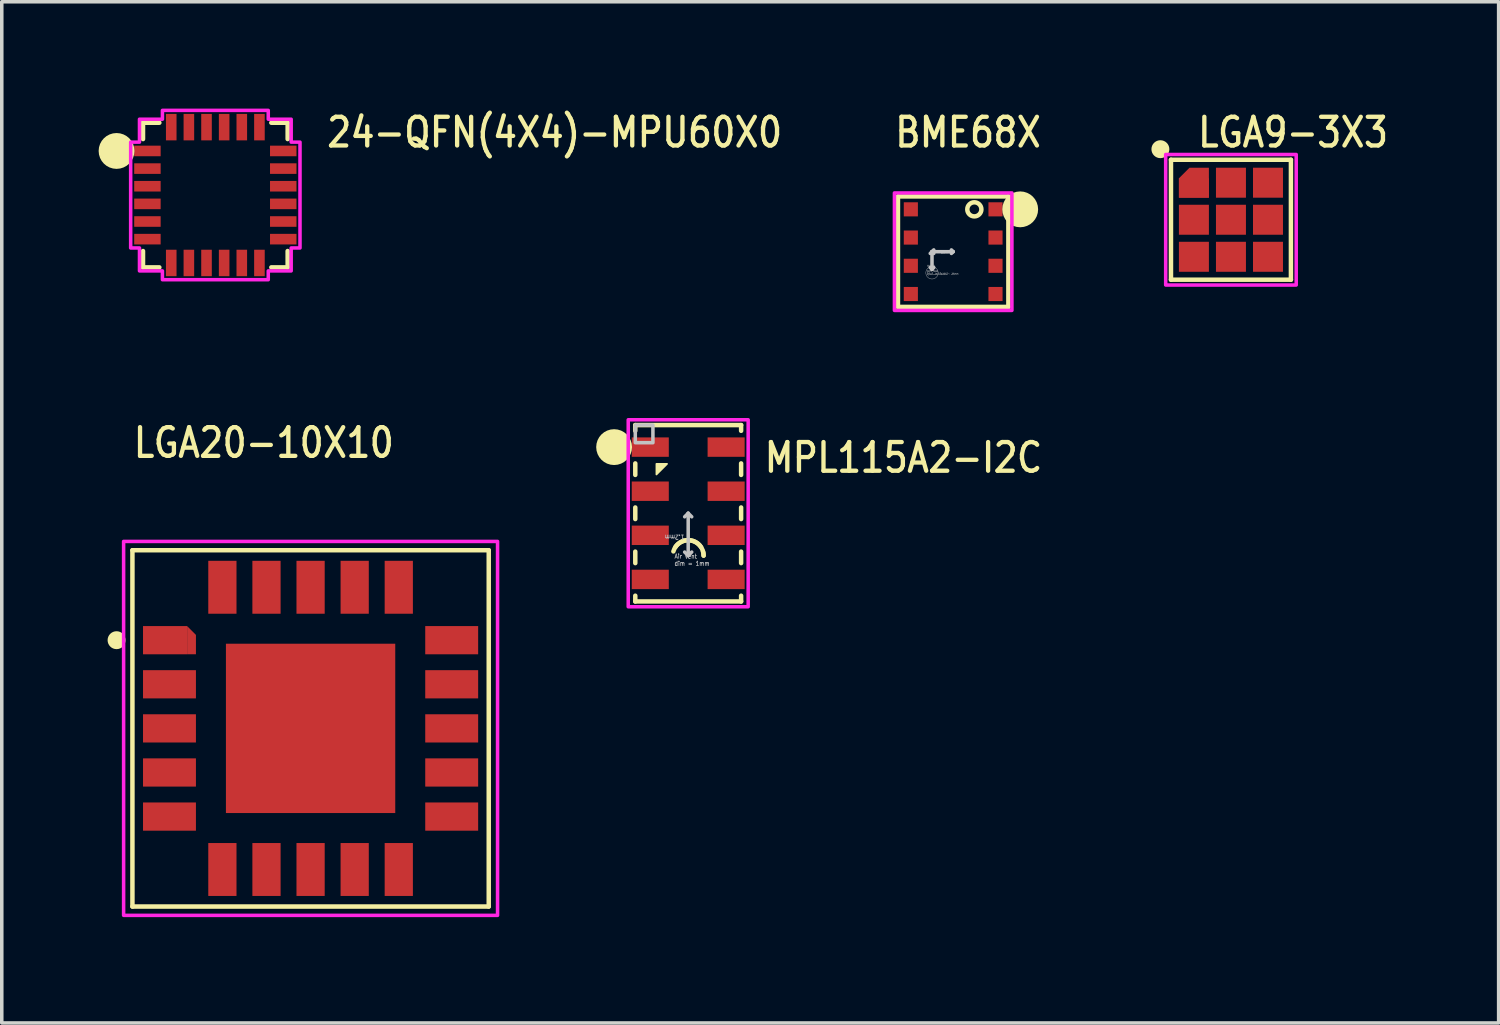
<source format=kicad_pcb>
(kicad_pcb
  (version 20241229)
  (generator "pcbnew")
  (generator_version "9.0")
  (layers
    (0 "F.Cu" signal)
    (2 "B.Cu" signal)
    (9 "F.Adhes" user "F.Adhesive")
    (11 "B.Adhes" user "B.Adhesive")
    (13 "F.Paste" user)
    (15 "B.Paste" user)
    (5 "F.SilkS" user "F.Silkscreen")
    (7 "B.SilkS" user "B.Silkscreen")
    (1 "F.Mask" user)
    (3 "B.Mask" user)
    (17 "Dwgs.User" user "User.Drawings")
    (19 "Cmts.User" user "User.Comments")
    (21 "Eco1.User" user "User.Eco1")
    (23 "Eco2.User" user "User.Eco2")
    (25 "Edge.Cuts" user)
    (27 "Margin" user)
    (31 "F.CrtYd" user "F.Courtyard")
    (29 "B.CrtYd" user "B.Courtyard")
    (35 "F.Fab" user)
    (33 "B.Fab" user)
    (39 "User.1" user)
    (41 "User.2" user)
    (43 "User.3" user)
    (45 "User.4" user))
  (footprint "BME68X"
    (layer "F.Cu")
    (at 23.969 4.084)
    (property "Reference" "BME68X" (at -1.71 -2.905 0) (unlocked yes) (layer "F.SilkS") (effects (font (size 0.813 0.695) (thickness 0.122)) (justify left bottom)))
    (fp_line (start -1.565 -1.565) (end 1.565 -1.565) (stroke (width 0.127) (type solid)) (layer "F.SilkS"))
    (fp_line (start -1.565 1.565) (end -1.565 -1.565) (stroke (width 0.127) (type solid)) (layer "F.SilkS"))
    (fp_line (start 1.565 -1.565) (end 1.565 1.565) (stroke (width 0.127) (type solid)) (layer "F.SilkS"))
    (fp_line (start 1.565 1.565) (end -1.565 1.565) (stroke (width 0.127) (type solid)) (layer "F.SilkS"))
    (fp_circle (center 0.6 -1.2) (end 0.8 -1.2) (stroke (width 0.127) (type solid)) (fill no) (layer "F.SilkS"))
    (fp_circle (center 1.9 -1.2) (end 1.9 -1.2) (stroke (width 0.508) (type solid)) (fill no) (layer "F.SilkS"))
    (fp_line (start -0.6 0) (end -0.65 0.05) (stroke (width 0.1) (type solid)) (layer "Dwgs.User"))
    (fp_line (start -0.6 0) (end -0.6 0.5) (stroke (width 0.1) (type solid)) (layer "Dwgs.User"))
    (fp_line (start -0.6 0) (end -0.55 -0.05) (stroke (width 0.1) (type solid)) (layer "Dwgs.User"))
    (fp_line (start -0.6 0) (end -0.55 0.05) (stroke (width 0.1) (type solid)) (layer "Dwgs.User"))
    (fp_line (start -0.6 0.5) (end -0.65 0.45) (stroke (width 0.1) (type solid)) (layer "Dwgs.User"))
    (fp_line (start -0.6 0.5) (end -0.55 0.45) (stroke (width 0.1) (type solid)) (layer "Dwgs.User"))
    (fp_line (start 0 0) (end -0.6 0) (stroke (width 0.1) (type solid)) (layer "Dwgs.User"))
    (fp_line (start 0 0) (end -0.05 -0.05) (stroke (width 0.1) (type solid)) (layer "Dwgs.User"))
    (fp_line (start 0 0) (end -0.05 0.05) (stroke (width 0.1) (type solid)) (layer "Dwgs.User"))
    (fp_circle (center -0.6 0.6) (end -0.425 0.6) (stroke (width 0.01) (type solid)) (fill no) (layer "Dwgs.User"))
    (fp_poly (pts (xy -1.665 -1.665) (xy 1.665 -1.665) (xy 1.665 1.665) (xy -1.665 1.665)) (stroke (width 0.1) (type solid)) (fill no) (layer "F.CrtYd"))
    (fp_text user "0.6mm" (at -0.52 0.37 180) (unlocked yes) (layer "Dwgs.User") (effects (font (size 0.05 0.043) (thickness 0.007)) (justify left bottom)))
    (fp_text user "0.6mm" (at -0.35 0.06 0) (unlocked yes) (layer "Dwgs.User") (effects (font (size 0.05 0.043) (thickness 0.007)) (justify left bottom)))
    (fp_text user "Vent Hole\nÃƒÂ¢Ã…â€™Ã¢â€šÂ¬ .35mm" (at -0.75 0.66 0) (unlocked yes) (layer "Dwgs.User") (effects (font (size 0.05 0.043) (thickness 0.007)) (justify left bottom)))
    (pad "1" smd rect (at 1.2 -1.2) (size 0.4 0.4) (layers "F.Cu" "F.Mask" "F.Paste"))
    (pad "2" smd rect (at 1.2 -0.4) (size 0.4 0.4) (layers "F.Cu" "F.Mask" "F.Paste"))
    (pad "3" smd rect (at 1.2 0.4) (size 0.4 0.4) (layers "F.Cu" "F.Mask" "F.Paste"))
    (pad "4" smd rect (at 1.2 1.2) (size 0.4 0.4) (layers "F.Cu" "F.Mask" "F.Paste"))
    (pad "5" smd rect (at -1.2 1.2) (size 0.4 0.4) (layers "F.Cu" "F.Mask" "F.Paste"))
    (pad "6" smd rect (at -1.2 0.4) (size 0.4 0.4) (layers "F.Cu" "F.Mask" "F.Paste"))
    (pad "7" smd rect (at -1.2 -0.4) (size 0.4 0.4) (layers "F.Cu" "F.Mask" "F.Paste"))
    (pad "8" smd rect (at -1.2 -1.2) (size 0.4 0.4) (layers "F.Cu" "F.Mask" "F.Paste")))
  (footprint "LGA20-10X10"
    (layer "F.Cu")
    (at 5.754 17.597)
    (property "Reference" "LGA20-10X10" (at -5.08 -7.62 0) (unlocked yes) (layer "F.SilkS") (effects (font (size 0.813 0.695) (thickness 0.122)) (justify left bottom)))
    (fp_poly (pts (xy -3.5 -2.9) (xy -3.25 -2.65) (xy -3.25 -2.1) (xy -3.5 -2.1)) (stroke (width 0) (type solid)) (fill yes) (layer "F.Cu"))
    (fp_poly (pts (xy -4.8 -3) (xy -3.45 -3) (xy -3.15 -2.7) (xy -3.15 -2) (xy -4.85 -2) (xy -4.85 -3)) (stroke (width 0) (type solid)) (fill yes) (layer "F.Mask"))
    (fp_line (start -5.05 -5.05) (end -5.05 5.05) (stroke (width 0.127) (type solid)) (layer "F.SilkS"))
    (fp_line (start -5.05 5.05) (end 5.05 5.05) (stroke (width 0.127) (type solid)) (layer "F.SilkS"))
    (fp_line (start 5.05 -5.05) (end -5.05 -5.05) (stroke (width 0.127) (type solid)) (layer "F.SilkS"))
    (fp_line (start 5.05 5.05) (end 5.05 -5.05) (stroke (width 0.127) (type solid)) (layer "F.SilkS"))
    (fp_circle (center -5.5 -2.5) (end -5.246 -2.5) (stroke (width 0) (type solid)) (fill yes) (layer "F.SilkS"))
    (fp_poly (pts (xy -2.15 -2.15) (xy -0.35 -2.15) (xy -0.35 -0.35) (xy -2.15 -0.35)) (stroke (width 0) (type solid)) (fill yes) (layer "F.Paste"))
    (fp_poly (pts (xy -2.15 0.35) (xy -0.35 0.35) (xy -0.35 2.15) (xy -2.15 2.15)) (stroke (width 0) (type solid)) (fill yes) (layer "F.Paste"))
    (fp_poly (pts (xy 0.35 -2.15) (xy 2.15 -2.15) (xy 2.15 -0.35) (xy 0.35 -0.35)) (stroke (width 0) (type solid)) (fill yes) (layer "F.Paste"))
    (fp_poly (pts (xy 0.35 0.35) (xy 2.15 0.35) (xy 2.15 2.15) (xy 0.35 2.15)) (stroke (width 0) (type solid)) (fill yes) (layer "F.Paste"))
    (fp_poly (pts (xy -4.75 -2.9) (xy -3.5 -2.9) (xy -3.25 -2.65) (xy -3.25 -2.1) (xy -4.75 -2.1)) (stroke (width 0) (type solid)) (fill yes) (layer "F.Paste"))
    (fp_poly (pts (xy -5.3 -5.3) (xy -5.3 5.3) (xy 5.3 5.3) (xy 5.3 -5.3)) (stroke (width 0.1) (type solid)) (fill no) (layer "F.CrtYd"))
    (pad "1" smd rect (at -4.125 -2.5) (size 1.25 0.8) (layers "F.Cu"))
    (pad "2" smd rect (at -4 -1.25) (size 1.5 0.8) (layers "F.Cu" "F.Mask" "F.Paste"))
    (pad "3" smd rect (at -4 0) (size 1.5 0.8) (layers "F.Cu" "F.Mask" "F.Paste"))
    (pad "4" smd rect (at -4 1.25) (size 1.5 0.8) (layers "F.Cu" "F.Mask" "F.Paste"))
    (pad "5" smd rect (at -4 2.5) (size 1.5 0.8) (layers "F.Cu" "F.Mask" "F.Paste"))
    (pad "6" smd rect (at -2.5 4) (size 0.8 1.5) (layers "F.Cu" "F.Mask" "F.Paste"))
    (pad "7" smd rect (at -1.25 4) (size 0.8 1.5) (layers "F.Cu" "F.Mask" "F.Paste"))
    (pad "8" smd rect (at 0 4) (size 0.8 1.5) (layers "F.Cu" "F.Mask" "F.Paste"))
    (pad "9" smd rect (at 1.25 4) (size 0.8 1.5) (layers "F.Cu" "F.Mask" "F.Paste"))
    (pad "10" smd rect (at 2.5 4) (size 0.8 1.5) (layers "F.Cu" "F.Mask" "F.Paste"))
    (pad "11" smd rect (at 4 2.5) (size 1.5 0.8) (layers "F.Cu" "F.Mask" "F.Paste"))
    (pad "12" smd rect (at 4 1.25) (size 1.5 0.8) (layers "F.Cu" "F.Mask" "F.Paste"))
    (pad "13" smd rect (at 4 0) (size 1.5 0.8) (layers "F.Cu" "F.Mask" "F.Paste"))
    (pad "14" smd rect (at 4 -1.25) (size 1.5 0.8) (layers "F.Cu" "F.Mask" "F.Paste"))
    (pad "15" smd rect (at 4 -2.5) (size 1.5 0.8) (layers "F.Cu" "F.Mask" "F.Paste"))
    (pad "16" smd rect (at 2.5 -4) (size 0.8 1.5) (layers "F.Cu" "F.Mask" "F.Paste"))
    (pad "17" smd rect (at 1.25 -4) (size 0.8 1.5) (layers "F.Cu" "F.Mask" "F.Paste"))
    (pad "18" smd rect (at 0 -4) (size 0.8 1.5) (layers "F.Cu" "F.Mask" "F.Paste"))
    (pad "19" smd rect (at -1.25 -4) (size 0.8 1.5) (layers "F.Cu" "F.Mask" "F.Paste"))
    (pad "20" smd rect (at -2.5 -4) (size 0.8 1.5) (layers "F.Cu" "F.Mask" "F.Paste"))
    (pad "21" smd rect (at 0 0) (size 4.8 4.8) (layers "F.Cu" "F.Mask")))
  (footprint "MPL115A2-I2C"
    (layer "F.Cu")
    (at 16.458 11.499)
    (property "Reference" "MPL115A2-I2C" (at 2.1 -1.1 0) (unlocked yes) (layer "F.SilkS") (effects (font (size 0.813 0.695) (thickness 0.122)) (justify left bottom)))
    (fp_line (start -1.5 -2.5) (end -1.5 -2.337) (stroke (width 0.127) (type solid)) (layer "F.SilkS"))
    (fp_line (start -1.5 -2.5) (end 1.5 -2.5) (stroke (width 0.127) (type solid)) (layer "F.SilkS"))
    (fp_line (start -1.5 -1.087) (end -1.5 -1.413) (stroke (width 0.127) (type solid)) (layer "F.SilkS"))
    (fp_line (start -1.5 -0.164) (end -1.5 0.164) (stroke (width 0.127) (type solid)) (layer "F.SilkS"))
    (fp_line (start -1.5 1.087) (end -1.5 1.413) (stroke (width 0.127) (type solid)) (layer "F.SilkS"))
    (fp_line (start -1.5 2.337) (end -1.5 2.5) (stroke (width 0.127) (type solid)) (layer "F.SilkS"))
    (fp_line (start -1.5 2.5) (end 1.5 2.5) (stroke (width 0.127) (type solid)) (layer "F.SilkS"))
    (fp_line (start 1.5 -2.5) (end 1.5 -2.337) (stroke (width 0.127) (type solid)) (layer "F.SilkS"))
    (fp_line (start 1.5 -1.087) (end 1.5 -1.413) (stroke (width 0.127) (type solid)) (layer "F.SilkS"))
    (fp_line (start 1.5 -0.164) (end 1.5 0.164) (stroke (width 0.127) (type solid)) (layer "F.SilkS"))
    (fp_line (start 1.5 1.087) (end 1.5 1.413) (stroke (width 0.127) (type solid)) (layer "F.SilkS"))
    (fp_line (start 1.5 2.337) (end 1.5 2.5) (stroke (width 0.127) (type solid)) (layer "F.SilkS"))
    (fp_arc (start -0.42 1.081125) (mid 0.060008 0.767645) (end 0.4365 1.2) (stroke (width 0.127) (type solid)) (layer "F.SilkS"))
    (fp_arc (start -0.363363 0.958134) (mid 0.000121 0.763501) (end 0.363497 0.958334) (stroke (width 0.127) (type solid)) (layer "F.SilkS"))
    (fp_arc (start 0.419972 1.081016) (mid 0.432349 1.139937) (end 0.4365 1.2) (stroke (width 0.127) (type solid)) (layer "F.SilkS"))
    (fp_circle (center -2.1 -1.875) (end -2.1 -1.875) (stroke (width 0.508) (type solid)) (fill no) (layer "F.SilkS"))
    (fp_poly (pts (xy -0.6 -1.4) (xy -0.9 -1.4) (xy -0.9 -1.1)) (stroke (width 0.05) (type solid)) (fill yes) (layer "F.SilkS"))
    (fp_line (start 0 0) (end -0.1 0.1) (stroke (width 0.1) (type solid)) (layer "Dwgs.User"))
    (fp_line (start 0 0) (end 0 1.2) (stroke (width 0.1) (type solid)) (layer "Dwgs.User"))
    (fp_line (start 0 0) (end 0.1 0.1) (stroke (width 0.1) (type solid)) (layer "Dwgs.User"))
    (fp_line (start 0 1.2) (end -0.1 1.1) (stroke (width 0.1) (type solid)) (layer "Dwgs.User"))
    (fp_line (start 0 1.2) (end 0.1 1.1) (stroke (width 0.1) (type solid)) (layer "Dwgs.User"))
    (fp_poly (pts (xy -1.5 -2.5) (xy -1 -2.5) (xy -1 -2) (xy -1.5 -2)) (stroke (width 0.1) (type solid)) (fill no) (layer "Dwgs.User"))
    (fp_poly (pts (xy -1.7 -2.65) (xy 1.7 -2.65) (xy 1.7 2.65) (xy -1.7 2.65)) (stroke (width 0.1) (type solid)) (fill no) (layer "F.CrtYd"))
    (fp_text user "Air vent \ndim = 1mm" (at -0.4 1.5 0) (unlocked yes) (layer "Dwgs.User") (effects (font (size 0.127 0.109) (thickness 0.019)) (justify left bottom)))
    (fp_text user "1.2mm" (at -0.1 0.6 180) (unlocked yes) (layer "Dwgs.User") (effects (font (size 0.127 0.109) (thickness 0.019)) (justify left bottom)))
    (pad "1" smd rect (at -1.075 -1.875) (size 1.05 0.55) (layers "F.Cu" "F.Mask" "F.Paste"))
    (pad "2" smd rect (at -1.075 -0.625) (size 1.05 0.55) (layers "F.Cu" "F.Mask" "F.Paste"))
    (pad "3" smd rect (at -1.075 0.625) (size 1.05 0.55) (layers "F.Cu" "F.Mask" "F.Paste"))
    (pad "4" smd rect (at -1.075 1.875) (size 1.05 0.55) (layers "F.Cu" "F.Mask" "F.Paste"))
    (pad "5" smd rect (at 1.075 1.875) (size 1.05 0.55) (layers "F.Cu" "F.Mask" "F.Paste"))
    (pad "6" smd rect (at 1.075 0.625) (size 1.05 0.55) (layers "F.Cu" "F.Mask" "F.Paste"))
    (pad "7" smd rect (at 1.075 -0.625) (size 1.05 0.55) (layers "F.Cu" "F.Mask" "F.Paste"))
    (pad "8" smd rect (at 1.075 -1.875) (size 1.05 0.55) (layers "F.Cu" "F.Mask" "F.Paste")))
  (footprint "LGA9-3X3"
    (layer "F.Cu")
    (at 31.843 3.179)
    (property "Reference" "LGA9-3X3" (at -1 -2 0) (unlocked yes) (layer "F.SilkS") (effects (font (size 0.813 0.695) (thickness 0.122)) (justify left bottom)))
    (fp_poly (pts (xy -1.475 -1.175) (xy -1.175 -1.475) (xy -0.625 -1.475) (xy -0.625 -0.625) (xy -1.475 -0.625)) (stroke (width 0) (type solid)) (fill yes) (layer "F.Cu"))
    (fp_poly (pts (xy -1.575 -1.275) (xy -0.525 -1.275) (xy -0.525 -1.575) (xy -1.275 -1.575)) (stroke (width 0) (type solid)) (fill yes) (layer "F.Mask"))
    (fp_line (start -1.7 -1.7) (end -1.7 1.7) (stroke (width 0.127) (type solid)) (layer "F.SilkS"))
    (fp_line (start -1.7 1.7) (end 1.7 1.7) (stroke (width 0.127) (type solid)) (layer "F.SilkS"))
    (fp_line (start 1.7 -1.7) (end -1.7 -1.7) (stroke (width 0.127) (type solid)) (layer "F.SilkS"))
    (fp_line (start 1.7 1.7) (end 1.7 -1.7) (stroke (width 0.127) (type solid)) (layer "F.SilkS"))
    (fp_circle (center -2 -2) (end -1.746 -2) (stroke (width 0) (type solid)) (fill yes) (layer "F.SilkS"))
    (fp_poly (pts (xy -1.475 -1.175) (xy -0.625 -1.175) (xy -0.625 -1.475) (xy -1.175 -1.475)) (stroke (width 0) (type solid)) (fill yes) (layer "F.Paste"))
    (fp_poly (pts (xy -1.85 -1.85) (xy 1.85 -1.85) (xy 1.85 1.85) (xy -1.85 1.85)) (stroke (width 0.1) (type solid)) (fill no) (layer "F.CrtYd"))
    (pad "1" smd rect (at -1.05 -0.9) (size 0.85 0.55) (layers "F.Cu" "F.Mask" "F.Paste"))
    (pad "2" smd rect (at -1.05 0) (size 0.85 0.85) (layers "F.Cu" "F.Mask" "F.Paste"))
    (pad "3" smd rect (at -1.05 1.05) (size 0.85 0.85) (layers "F.Cu" "F.Mask" "F.Paste"))
    (pad "4" smd rect (at 0 1.05) (size 0.85 0.85) (layers "F.Cu" "F.Mask" "F.Paste"))
    (pad "5" smd rect (at 1.05 1.05) (size 0.85 0.85) (layers "F.Cu" "F.Mask" "F.Paste"))
    (pad "6" smd rect (at 1.05 0) (size 0.85 0.85) (layers "F.Cu" "F.Mask" "F.Paste"))
    (pad "7" smd rect (at 1.05 -1.05) (size 0.85 0.85) (layers "F.Cu" "F.Mask" "F.Paste"))
    (pad "8" smd rect (at 0 -1.05) (size 0.85 0.85) (layers "F.Cu" "F.Mask" "F.Paste"))
    (pad "9" smd rect (at 0 0) (size 0.85 0.85) (layers "F.Cu" "F.Mask" "F.Paste")))
  (footprint "24-QFN(4X4)-MPU60X0"
    (layer "F.Cu")
    (at 3.054 2.479)
    (property "Reference" "24-QFN(4X4)-MPU60X0" (at 3.1 -1.3 0) (unlocked yes) (layer "F.SilkS") (effects (font (size 0.813 0.695) (thickness 0.122)) (justify left bottom)))
    (fp_poly (pts (xy -1.45 -1.5) (xy 1.45 -1.5) (xy 1.45 1.5) (xy -1.45 1.5)) (stroke (width 0) (type solid)) (fill yes) (layer "F.Mask"))
    (fp_line (start -2.05 -2.05) (end -2.05 -1.587) (stroke (width 0.127) (type solid)) (layer "F.SilkS"))
    (fp_line (start -2.05 1.587) (end -2.05 2.05) (stroke (width 0.127) (type solid)) (layer "F.SilkS"))
    (fp_line (start -2.05 2.05) (end -1.587 2.05) (stroke (width 0.127) (type solid)) (layer "F.SilkS"))
    (fp_line (start -1.587 -2.05) (end -2.05 -2.05) (stroke (width 0.127) (type solid)) (layer "F.SilkS"))
    (fp_line (start 1.587 2.05) (end 2.05 2.05) (stroke (width 0.127) (type solid)) (layer "F.SilkS"))
    (fp_line (start 2.05 -2.05) (end 1.587 -2.05) (stroke (width 0.127) (type solid)) (layer "F.SilkS"))
    (fp_line (start 2.05 -1.587) (end 2.05 -2.05) (stroke (width 0.127) (type solid)) (layer "F.SilkS"))
    (fp_line (start 2.05 2.05) (end 2.05 1.587) (stroke (width 0.127) (type solid)) (layer "F.SilkS"))
    (fp_circle (center -2.8 -1.25) (end -2.8 -1.25) (stroke (width 0.508) (type solid)) (fill no) (layer "F.SilkS"))
    (fp_poly (pts (xy -2.4 -1.5) (xy -2.15 -1.5) (xy -2.15 -2.15) (xy -1.5 -2.15) (xy -1.5 -2.4) (xy 1.5 -2.4) (xy 1.5 -2.15) (xy 2.15 -2.15) (xy 2.15 -1.5) (xy 2.4 -1.5) (xy 2.4 1.5) (xy 2.15 1.5) (xy 2.15 2.15) (xy 1.5 2.15) (xy 1.5 2.4) (xy -1.5 2.4) (xy -1.5 2.15) (xy -2.15 2.15) (xy -2.15 1.5) (xy -2.4 1.5)) (stroke (width 0.1) (type solid)) (fill no) (layer "F.CrtYd"))
    (pad "1" smd rect (at -1.925 -1.25) (size 0.75 0.3) (layers "F.Cu" "F.Mask" "F.Paste"))
    (pad "2" smd rect (at -1.925 -0.75) (size 0.75 0.3) (layers "F.Cu" "F.Mask" "F.Paste"))
    (pad "3" smd rect (at -1.925 -0.25) (size 0.75 0.3) (layers "F.Cu" "F.Mask" "F.Paste"))
    (pad "4" smd rect (at -1.925 0.25) (size 0.75 0.3) (layers "F.Cu" "F.Mask" "F.Paste"))
    (pad "5" smd rect (at -1.925 0.75) (size 0.75 0.3) (layers "F.Cu" "F.Mask" "F.Paste"))
    (pad "6" smd rect (at -1.925 1.25) (size 0.75 0.3) (layers "F.Cu" "F.Mask" "F.Paste"))
    (pad "7" smd rect (at -1.25 1.925) (size 0.3 0.75) (layers "F.Cu" "F.Mask" "F.Paste"))
    (pad "8" smd rect (at -0.75 1.925) (size 0.3 0.75) (layers "F.Cu" "F.Mask" "F.Paste"))
    (pad "9" smd rect (at -0.25 1.925) (size 0.3 0.75) (layers "F.Cu" "F.Mask" "F.Paste"))
    (pad "10" smd rect (at 0.25 1.925) (size 0.3 0.75) (layers "F.Cu" "F.Mask" "F.Paste"))
    (pad "11" smd rect (at 0.75 1.925) (size 0.3 0.75) (layers "F.Cu" "F.Mask" "F.Paste"))
    (pad "12" smd rect (at 1.25 1.925) (size 0.3 0.75) (layers "F.Cu" "F.Mask" "F.Paste"))
    (pad "13" smd rect (at 1.925 1.25) (size 0.75 0.3) (layers "F.Cu" "F.Mask" "F.Paste"))
    (pad "14" smd rect (at 1.925 0.75) (size 0.75 0.3) (layers "F.Cu" "F.Mask" "F.Paste"))
    (pad "15" smd rect (at 1.925 0.25) (size 0.75 0.3) (layers "F.Cu" "F.Mask" "F.Paste"))
    (pad "16" smd rect (at 1.925 -0.25) (size 0.75 0.3) (layers "F.Cu" "F.Mask" "F.Paste"))
    (pad "17" smd rect (at 1.925 -0.75) (size 0.75 0.3) (layers "F.Cu" "F.Mask" "F.Paste"))
    (pad "18" smd rect (at 1.925 -1.25) (size 0.75 0.3) (layers "F.Cu" "F.Mask" "F.Paste"))
    (pad "19" smd rect (at 1.25 -1.925) (size 0.3 0.75) (layers "F.Cu" "F.Mask" "F.Paste"))
    (pad "20" smd rect (at 0.75 -1.925) (size 0.3 0.75) (layers "F.Cu" "F.Mask" "F.Paste"))
    (pad "21" smd rect (at 0.25 -1.925) (size 0.3 0.75) (layers "F.Cu" "F.Mask" "F.Paste"))
    (pad "22" smd rect (at -0.25 -1.925) (size 0.3 0.75) (layers "F.Cu" "F.Mask" "F.Paste"))
    (pad "23" smd rect (at -0.75 -1.925) (size 0.3 0.75) (layers "F.Cu" "F.Mask" "F.Paste"))
    (pad "24" smd rect (at -1.25 -1.925) (size 0.3 0.75) (layers "F.Cu" "F.Mask" "F.Paste")))
  (gr_rect
    (start -3 -3)
    (end 39.431 25.947)
    (stroke (width 0.1) (type default))
    (fill no)
    (layer "Edge.Cuts")))
</source>
